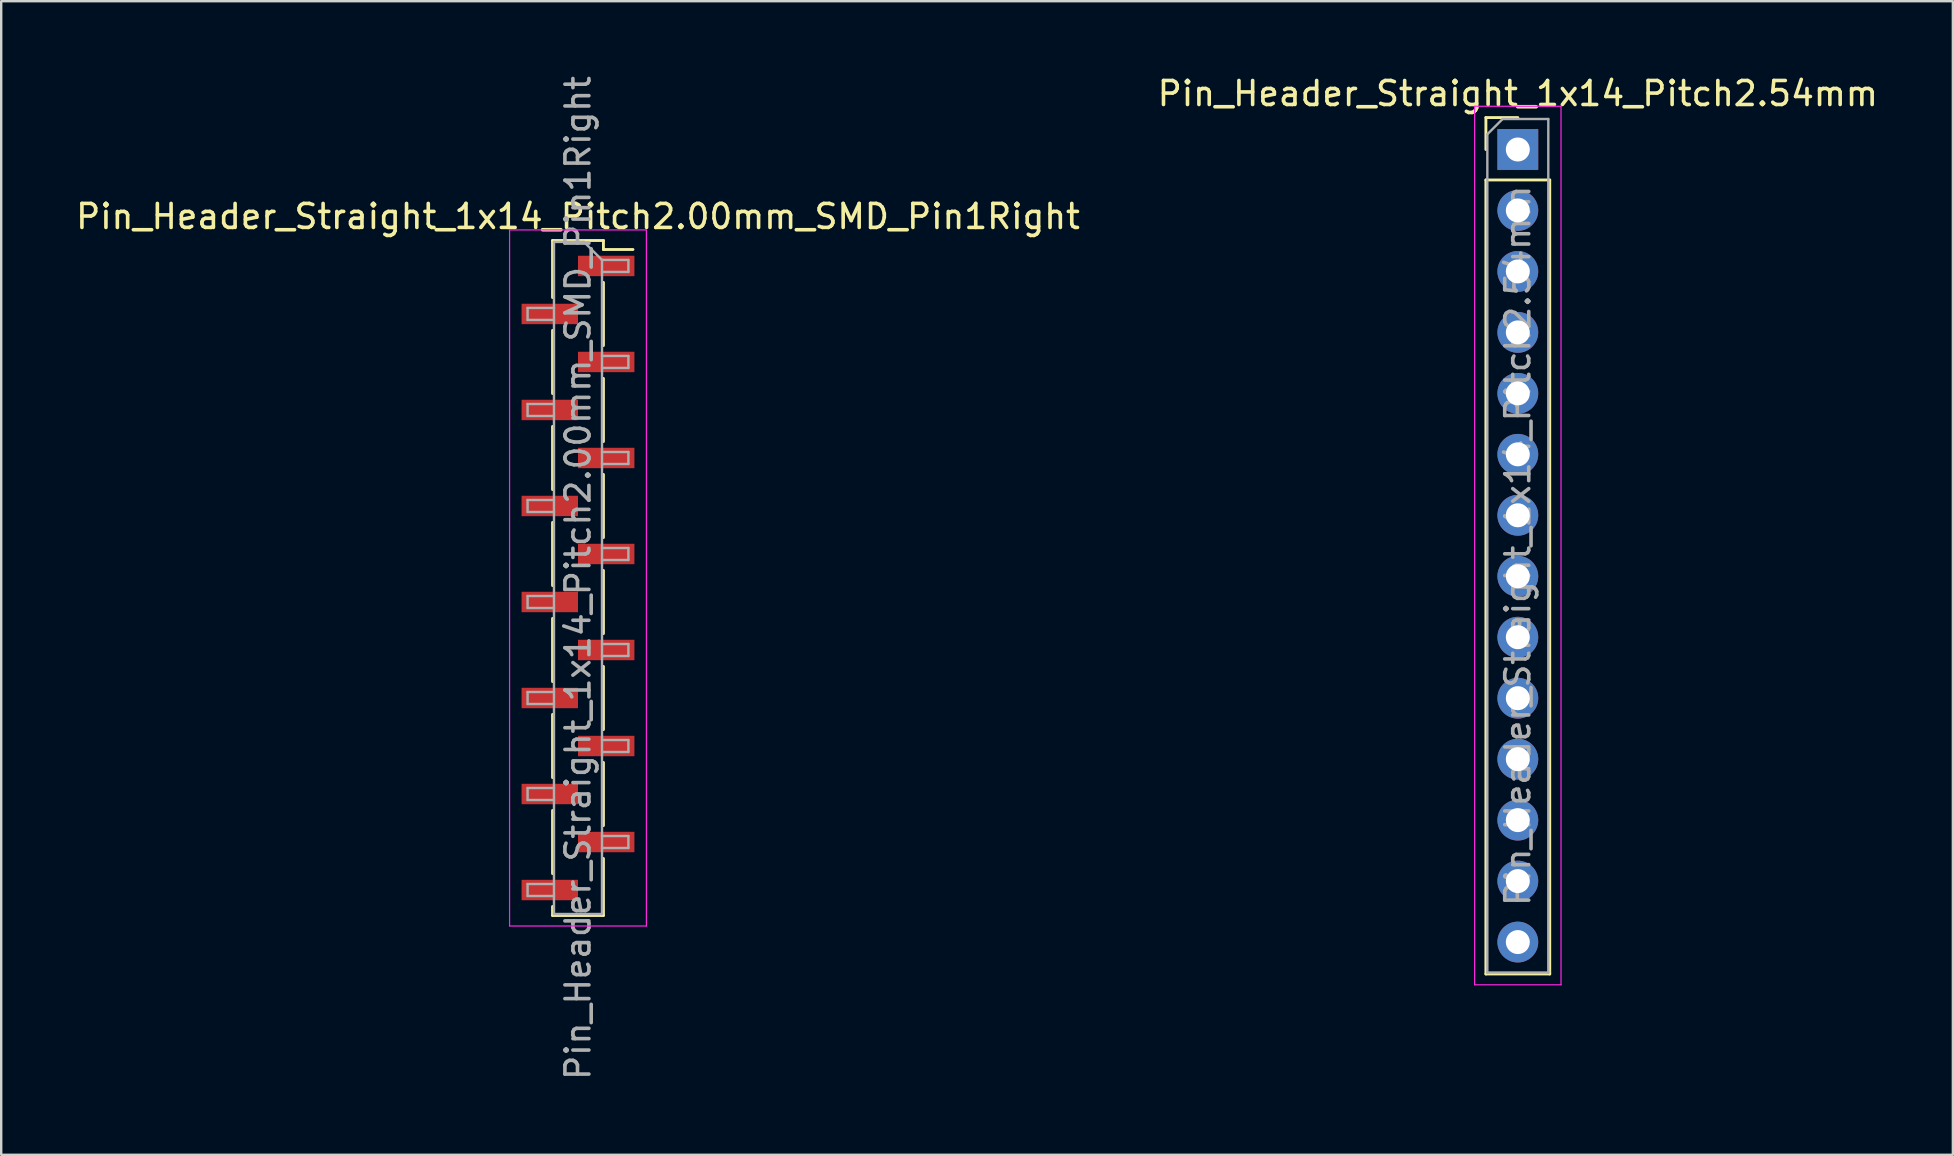
<source format=kicad_pcb>
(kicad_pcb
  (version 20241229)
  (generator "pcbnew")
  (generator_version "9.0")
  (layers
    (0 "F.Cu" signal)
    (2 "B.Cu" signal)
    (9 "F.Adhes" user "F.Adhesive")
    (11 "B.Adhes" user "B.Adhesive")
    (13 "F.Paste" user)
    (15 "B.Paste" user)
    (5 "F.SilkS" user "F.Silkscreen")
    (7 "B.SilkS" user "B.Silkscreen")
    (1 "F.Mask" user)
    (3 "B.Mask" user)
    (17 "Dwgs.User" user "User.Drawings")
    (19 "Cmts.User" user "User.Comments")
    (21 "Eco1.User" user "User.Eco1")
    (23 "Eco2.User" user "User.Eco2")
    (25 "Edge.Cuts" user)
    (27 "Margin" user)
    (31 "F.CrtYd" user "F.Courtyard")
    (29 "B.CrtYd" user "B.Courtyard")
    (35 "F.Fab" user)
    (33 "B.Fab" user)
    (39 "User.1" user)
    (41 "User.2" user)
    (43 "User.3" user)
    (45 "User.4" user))
  (footprint "Pin_Header_Straight_1x14_Pitch2.00mm_SMD_Pin1Right"
    (layer "F.Cu")
    (at 21.03 21.03)
    (property "Reference" "Pin_Header_Straight_1x14_Pitch2.00mm_SMD_Pin1Right" (at 0 -15.06 0) (layer "F.SilkS") (effects (font (size 1 1) (thickness 0.15))))
    (attr smd)
    (fp_line (start -1.06 -14.06) (end -1.06 -11.685) (stroke (width 0.12) (type solid)) (layer "F.SilkS"))
    (fp_line (start -1.06 -14.06) (end 1.06 -14.06) (stroke (width 0.12) (type solid)) (layer "F.SilkS"))
    (fp_line (start -1.06 -10.315) (end -1.06 -7.685) (stroke (width 0.12) (type solid)) (layer "F.SilkS"))
    (fp_line (start -1.06 -6.315) (end -1.06 -3.685) (stroke (width 0.12) (type solid)) (layer "F.SilkS"))
    (fp_line (start -1.06 -2.315) (end -1.06 0.315) (stroke (width 0.12) (type solid)) (layer "F.SilkS"))
    (fp_line (start -1.06 1.685) (end -1.06 4.315) (stroke (width 0.12) (type solid)) (layer "F.SilkS"))
    (fp_line (start -1.06 5.685) (end -1.06 8.315) (stroke (width 0.12) (type solid)) (layer "F.SilkS"))
    (fp_line (start -1.06 9.685) (end -1.06 12.315) (stroke (width 0.12) (type solid)) (layer "F.SilkS"))
    (fp_line (start -1.06 13.685) (end -1.06 14.06) (stroke (width 0.12) (type solid)) (layer "F.SilkS"))
    (fp_line (start -1.06 14.06) (end 1.06 14.06) (stroke (width 0.12) (type solid)) (layer "F.SilkS"))
    (fp_line (start 1.06 -14.06) (end 1.06 -13.685) (stroke (width 0.12) (type solid)) (layer "F.SilkS"))
    (fp_line (start 1.06 -13.685) (end 2.29 -13.685) (stroke (width 0.12) (type solid)) (layer "F.SilkS"))
    (fp_line (start 1.06 -12.315) (end 1.06 -9.685) (stroke (width 0.12) (type solid)) (layer "F.SilkS"))
    (fp_line (start 1.06 -8.315) (end 1.06 -5.685) (stroke (width 0.12) (type solid)) (layer "F.SilkS"))
    (fp_line (start 1.06 -4.315) (end 1.06 -1.685) (stroke (width 0.12) (type solid)) (layer "F.SilkS"))
    (fp_line (start 1.06 -0.315) (end 1.06 2.315) (stroke (width 0.12) (type solid)) (layer "F.SilkS"))
    (fp_line (start 1.06 3.685) (end 1.06 6.315) (stroke (width 0.12) (type solid)) (layer "F.SilkS"))
    (fp_line (start 1.06 7.685) (end 1.06 10.315) (stroke (width 0.12) (type solid)) (layer "F.SilkS"))
    (fp_line (start 1.06 11.685) (end 1.06 14.06) (stroke (width 0.12) (type solid)) (layer "F.SilkS"))
    (fp_line (start -2.85 -14.5) (end -2.85 14.5) (stroke (width 0.05) (type solid)) (layer "F.CrtYd"))
    (fp_line (start -2.85 14.5) (end 2.85 14.5) (stroke (width 0.05) (type solid)) (layer "F.CrtYd"))
    (fp_line (start 2.85 -14.5) (end -2.85 -14.5) (stroke (width 0.05) (type solid)) (layer "F.CrtYd"))
    (fp_line (start 2.85 14.5) (end 2.85 -14.5) (stroke (width 0.05) (type solid)) (layer "F.CrtYd"))
    (fp_line (start -2.1 -11.25) (end -2.1 -10.75) (stroke (width 0.1) (type solid)) (layer "F.Fab"))
    (fp_line (start -2.1 -10.75) (end -1 -10.75) (stroke (width 0.1) (type solid)) (layer "F.Fab"))
    (fp_line (start -2.1 -7.25) (end -2.1 -6.75) (stroke (width 0.1) (type solid)) (layer "F.Fab"))
    (fp_line (start -2.1 -6.75) (end -1 -6.75) (stroke (width 0.1) (type solid)) (layer "F.Fab"))
    (fp_line (start -2.1 -3.25) (end -2.1 -2.75) (stroke (width 0.1) (type solid)) (layer "F.Fab"))
    (fp_line (start -2.1 -2.75) (end -1 -2.75) (stroke (width 0.1) (type solid)) (layer "F.Fab"))
    (fp_line (start -2.1 0.75) (end -2.1 1.25) (stroke (width 0.1) (type solid)) (layer "F.Fab"))
    (fp_line (start -2.1 1.25) (end -1 1.25) (stroke (width 0.1) (type solid)) (layer "F.Fab"))
    (fp_line (start -2.1 4.75) (end -2.1 5.25) (stroke (width 0.1) (type solid)) (layer "F.Fab"))
    (fp_line (start -2.1 5.25) (end -1 5.25) (stroke (width 0.1) (type solid)) (layer "F.Fab"))
    (fp_line (start -2.1 8.75) (end -2.1 9.25) (stroke (width 0.1) (type solid)) (layer "F.Fab"))
    (fp_line (start -2.1 9.25) (end -1 9.25) (stroke (width 0.1) (type solid)) (layer "F.Fab"))
    (fp_line (start -2.1 12.75) (end -2.1 13.25) (stroke (width 0.1) (type solid)) (layer "F.Fab"))
    (fp_line (start -2.1 13.25) (end -1 13.25) (stroke (width 0.1) (type solid)) (layer "F.Fab"))
    (fp_line (start -1 -14) (end -1 14) (stroke (width 0.1) (type solid)) (layer "F.Fab"))
    (fp_line (start -1 -14) (end 0.25 -14) (stroke (width 0.1) (type solid)) (layer "F.Fab"))
    (fp_line (start -1 -11.25) (end -2.1 -11.25) (stroke (width 0.1) (type solid)) (layer "F.Fab"))
    (fp_line (start -1 -7.25) (end -2.1 -7.25) (stroke (width 0.1) (type solid)) (layer "F.Fab"))
    (fp_line (start -1 -3.25) (end -2.1 -3.25) (stroke (width 0.1) (type solid)) (layer "F.Fab"))
    (fp_line (start -1 0.75) (end -2.1 0.75) (stroke (width 0.1) (type solid)) (layer "F.Fab"))
    (fp_line (start -1 4.75) (end -2.1 4.75) (stroke (width 0.1) (type solid)) (layer "F.Fab"))
    (fp_line (start -1 8.75) (end -2.1 8.75) (stroke (width 0.1) (type solid)) (layer "F.Fab"))
    (fp_line (start -1 12.75) (end -2.1 12.75) (stroke (width 0.1) (type solid)) (layer "F.Fab"))
    (fp_line (start 1 -13.25) (end 0.25 -14) (stroke (width 0.1) (type solid)) (layer "F.Fab"))
    (fp_line (start 1 -13.25) (end 2.1 -13.25) (stroke (width 0.1) (type solid)) (layer "F.Fab"))
    (fp_line (start 1 -9.25) (end 2.1 -9.25) (stroke (width 0.1) (type solid)) (layer "F.Fab"))
    (fp_line (start 1 -5.25) (end 2.1 -5.25) (stroke (width 0.1) (type solid)) (layer "F.Fab"))
    (fp_line (start 1 -1.25) (end 2.1 -1.25) (stroke (width 0.1) (type solid)) (layer "F.Fab"))
    (fp_line (start 1 2.75) (end 2.1 2.75) (stroke (width 0.1) (type solid)) (layer "F.Fab"))
    (fp_line (start 1 6.75) (end 2.1 6.75) (stroke (width 0.1) (type solid)) (layer "F.Fab"))
    (fp_line (start 1 10.75) (end 2.1 10.75) (stroke (width 0.1) (type solid)) (layer "F.Fab"))
    (fp_line (start 1 14) (end -1 14) (stroke (width 0.1) (type solid)) (layer "F.Fab"))
    (fp_line (start 1 14) (end 1 -13.25) (stroke (width 0.1) (type solid)) (layer "F.Fab"))
    (fp_line (start 2.1 -13.25) (end 2.1 -12.75) (stroke (width 0.1) (type solid)) (layer "F.Fab"))
    (fp_line (start 2.1 -12.75) (end 1 -12.75) (stroke (width 0.1) (type solid)) (layer "F.Fab"))
    (fp_line (start 2.1 -9.25) (end 2.1 -8.75) (stroke (width 0.1) (type solid)) (layer "F.Fab"))
    (fp_line (start 2.1 -8.75) (end 1 -8.75) (stroke (width 0.1) (type solid)) (layer "F.Fab"))
    (fp_line (start 2.1 -5.25) (end 2.1 -4.75) (stroke (width 0.1) (type solid)) (layer "F.Fab"))
    (fp_line (start 2.1 -4.75) (end 1 -4.75) (stroke (width 0.1) (type solid)) (layer "F.Fab"))
    (fp_line (start 2.1 -1.25) (end 2.1 -0.75) (stroke (width 0.1) (type solid)) (layer "F.Fab"))
    (fp_line (start 2.1 -0.75) (end 1 -0.75) (stroke (width 0.1) (type solid)) (layer "F.Fab"))
    (fp_line (start 2.1 2.75) (end 2.1 3.25) (stroke (width 0.1) (type solid)) (layer "F.Fab"))
    (fp_line (start 2.1 3.25) (end 1 3.25) (stroke (width 0.1) (type solid)) (layer "F.Fab"))
    (fp_line (start 2.1 6.75) (end 2.1 7.25) (stroke (width 0.1) (type solid)) (layer "F.Fab"))
    (fp_line (start 2.1 7.25) (end 1 7.25) (stroke (width 0.1) (type solid)) (layer "F.Fab"))
    (fp_line (start 2.1 10.75) (end 2.1 11.25) (stroke (width 0.1) (type solid)) (layer "F.Fab"))
    (fp_line (start 2.1 11.25) (end 1 11.25) (stroke (width 0.1) (type solid)) (layer "F.Fab"))
    (fp_text user "${REFERENCE}" (at 0 0 90) (layer "F.Fab") (effects (font (size 1 1) (thickness 0.15))))
    (pad "1" smd rect (at 1.175 -13) (size 2.35 0.85) (layers "F.Cu" "F.Mask" "F.Paste"))
    (pad "2" smd rect (at -1.175 -11) (size 2.35 0.85) (layers "F.Cu" "F.Mask" "F.Paste"))
    (pad "3" smd rect (at 1.175 -9) (size 2.35 0.85) (layers "F.Cu" "F.Mask" "F.Paste"))
    (pad "4" smd rect (at -1.175 -7) (size 2.35 0.85) (layers "F.Cu" "F.Mask" "F.Paste"))
    (pad "5" smd rect (at 1.175 -5) (size 2.35 0.85) (layers "F.Cu" "F.Mask" "F.Paste"))
    (pad "6" smd rect (at -1.175 -3) (size 2.35 0.85) (layers "F.Cu" "F.Mask" "F.Paste"))
    (pad "7" smd rect (at 1.175 -1) (size 2.35 0.85) (layers "F.Cu" "F.Mask" "F.Paste"))
    (pad "8" smd rect (at -1.175 1) (size 2.35 0.85) (layers "F.Cu" "F.Mask" "F.Paste"))
    (pad "9" smd rect (at 1.175 3) (size 2.35 0.85) (layers "F.Cu" "F.Mask" "F.Paste"))
    (pad "10" smd rect (at -1.175 5) (size 2.35 0.85) (layers "F.Cu" "F.Mask" "F.Paste"))
    (pad "11" smd rect (at 1.175 7) (size 2.35 0.85) (layers "F.Cu" "F.Mask" "F.Paste"))
    (pad "12" smd rect (at -1.175 9) (size 2.35 0.85) (layers "F.Cu" "F.Mask" "F.Paste"))
    (pad "13" smd rect (at 1.175 11) (size 2.35 0.85) (layers "F.Cu" "F.Mask" "F.Paste"))
    (pad "14" smd rect (at -1.175 13) (size 2.35 0.85) (layers "F.Cu" "F.Mask" "F.Paste")))
  (footprint "Pin_Header_Straight_1x14_Pitch2.54mm"
    (layer "F.Cu")
    (at 60.185 3.178)
    (property "Reference" "Pin_Header_Straight_1x14_Pitch2.54mm" (at 0 -2.33 0) (layer "F.SilkS") (effects (font (size 1 1) (thickness 0.15))))
    (attr through_hole)
    (fp_line (start -1.33 -1.33) (end 0 -1.33) (stroke (width 0.12) (type solid)) (layer "F.SilkS"))
    (fp_line (start -1.33 0) (end -1.33 -1.33) (stroke (width 0.12) (type solid)) (layer "F.SilkS"))
    (fp_line (start -1.33 1.27) (end -1.33 34.35) (stroke (width 0.12) (type solid)) (layer "F.SilkS"))
    (fp_line (start -1.33 1.27) (end 1.33 1.27) (stroke (width 0.12) (type solid)) (layer "F.SilkS"))
    (fp_line (start -1.33 34.35) (end 1.33 34.35) (stroke (width 0.12) (type solid)) (layer "F.SilkS"))
    (fp_line (start 1.33 1.27) (end 1.33 34.35) (stroke (width 0.12) (type solid)) (layer "F.SilkS"))
    (fp_line (start -1.8 -1.8) (end -1.8 34.8) (stroke (width 0.05) (type solid)) (layer "F.CrtYd"))
    (fp_line (start -1.8 34.8) (end 1.8 34.8) (stroke (width 0.05) (type solid)) (layer "F.CrtYd"))
    (fp_line (start 1.8 -1.8) (end -1.8 -1.8) (stroke (width 0.05) (type solid)) (layer "F.CrtYd"))
    (fp_line (start 1.8 34.8) (end 1.8 -1.8) (stroke (width 0.05) (type solid)) (layer "F.CrtYd"))
    (fp_line (start -1.27 -0.635) (end -0.635 -1.27) (stroke (width 0.1) (type solid)) (layer "F.Fab"))
    (fp_line (start -1.27 34.29) (end -1.27 -0.635) (stroke (width 0.1) (type solid)) (layer "F.Fab"))
    (fp_line (start -0.635 -1.27) (end 1.27 -1.27) (stroke (width 0.1) (type solid)) (layer "F.Fab"))
    (fp_line (start 1.27 -1.27) (end 1.27 34.29) (stroke (width 0.1) (type solid)) (layer "F.Fab"))
    (fp_line (start 1.27 34.29) (end -1.27 34.29) (stroke (width 0.1) (type solid)) (layer "F.Fab"))
    (fp_text user "${REFERENCE}" (at 0 16.51 90) (layer "F.Fab") (effects (font (size 1 1) (thickness 0.15))))
    (pad "1" thru_hole rect (at 0 0) (size 1.7 1.7) (drill 1) (layers "*.Cu" "*.Mask"))
    (pad "2" thru_hole oval (at 0 2.54) (size 1.7 1.7) (drill 1) (layers "*.Cu" "*.Mask"))
    (pad "3" thru_hole oval (at 0 5.08) (size 1.7 1.7) (drill 1) (layers "*.Cu" "*.Mask"))
    (pad "4" thru_hole oval (at 0 7.62) (size 1.7 1.7) (drill 1) (layers "*.Cu" "*.Mask"))
    (pad "5" thru_hole oval (at 0 10.16) (size 1.7 1.7) (drill 1) (layers "*.Cu" "*.Mask"))
    (pad "6" thru_hole oval (at 0 12.7) (size 1.7 1.7) (drill 1) (layers "*.Cu" "*.Mask"))
    (pad "7" thru_hole oval (at 0 15.24) (size 1.7 1.7) (drill 1) (layers "*.Cu" "*.Mask"))
    (pad "8" thru_hole oval (at 0 17.78) (size 1.7 1.7) (drill 1) (layers "*.Cu" "*.Mask"))
    (pad "9" thru_hole oval (at 0 20.32) (size 1.7 1.7) (drill 1) (layers "*.Cu" "*.Mask"))
    (pad "10" thru_hole oval (at 0 22.86) (size 1.7 1.7) (drill 1) (layers "*.Cu" "*.Mask"))
    (pad "11" thru_hole oval (at 0 25.4) (size 1.7 1.7) (drill 1) (layers "*.Cu" "*.Mask"))
    (pad "12" thru_hole oval (at 0 27.94) (size 1.7 1.7) (drill 1) (layers "*.Cu" "*.Mask"))
    (pad "13" thru_hole oval (at 0 30.48) (size 1.7 1.7) (drill 1) (layers "*.Cu" "*.Mask"))
    (pad "14" thru_hole oval (at 0 33.02) (size 1.7 1.7) (drill 1) (layers "*.Cu" "*.Mask")))
  (gr_rect
    (start -3 -3)
    (end 78.31 45.06)
    (stroke (width 0.1) (type default))
    (fill no)
    (layer "Edge.Cuts")))
</source>
